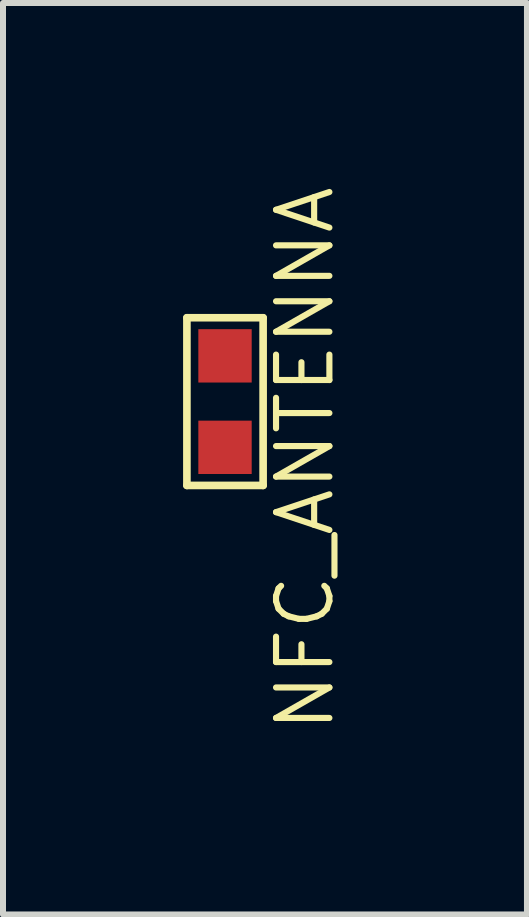
<source format=kicad_pcb>
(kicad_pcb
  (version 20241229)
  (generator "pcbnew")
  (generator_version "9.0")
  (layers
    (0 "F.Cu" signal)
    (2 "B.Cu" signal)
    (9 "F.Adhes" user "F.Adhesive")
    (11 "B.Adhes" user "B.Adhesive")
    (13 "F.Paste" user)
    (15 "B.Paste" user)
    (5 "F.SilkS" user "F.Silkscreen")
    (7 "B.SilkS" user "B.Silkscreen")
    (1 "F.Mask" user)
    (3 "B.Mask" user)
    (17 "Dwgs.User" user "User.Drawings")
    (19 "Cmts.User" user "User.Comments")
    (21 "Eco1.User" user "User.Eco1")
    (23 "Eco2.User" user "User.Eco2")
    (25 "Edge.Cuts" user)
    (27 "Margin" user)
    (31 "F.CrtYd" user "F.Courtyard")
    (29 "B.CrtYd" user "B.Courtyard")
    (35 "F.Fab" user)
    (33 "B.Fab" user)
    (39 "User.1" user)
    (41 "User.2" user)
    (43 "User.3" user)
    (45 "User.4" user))
  (footprint "NFC_ANTENNA"
    (layer "F.Cu")
    (at 0.699 3.641)
    (property "Reference" "NFC_ANTENNA" (at 1.333 0.953 90) (layer "F.SilkS") (effects (font (size 0.889 0.889) (thickness 0.102))))
    (attr smd)
    (fp_line (start -0.635 -1.397) (end 0.635 -1.397) (stroke (width 0.127) (type solid)) (layer "F.SilkS"))
    (fp_line (start -0.635 1.397) (end -0.635 -1.397) (stroke (width 0.127) (type solid)) (layer "F.SilkS"))
    (fp_line (start 0.635 -1.397) (end 0.635 1.397) (stroke (width 0.127) (type solid)) (layer "F.SilkS"))
    (fp_line (start 0.635 1.397) (end -0.635 1.397) (stroke (width 0.127) (type solid)) (layer "F.SilkS"))
    (pad "1" smd rect (at 0 -0.762 270) (size 0.889 0.889) (layers "F.Cu" "F.Mask" "F.Paste"))
    (pad "2" smd rect (at 0 0.762 270) (size 0.889 0.889) (layers "F.Cu" "F.Mask" "F.Paste")))
  (gr_rect
    (start -3 -3)
    (end 5.73 12.186)
    (stroke (width 0.1) (type default))
    (fill no)
    (layer "Edge.Cuts")))
</source>
